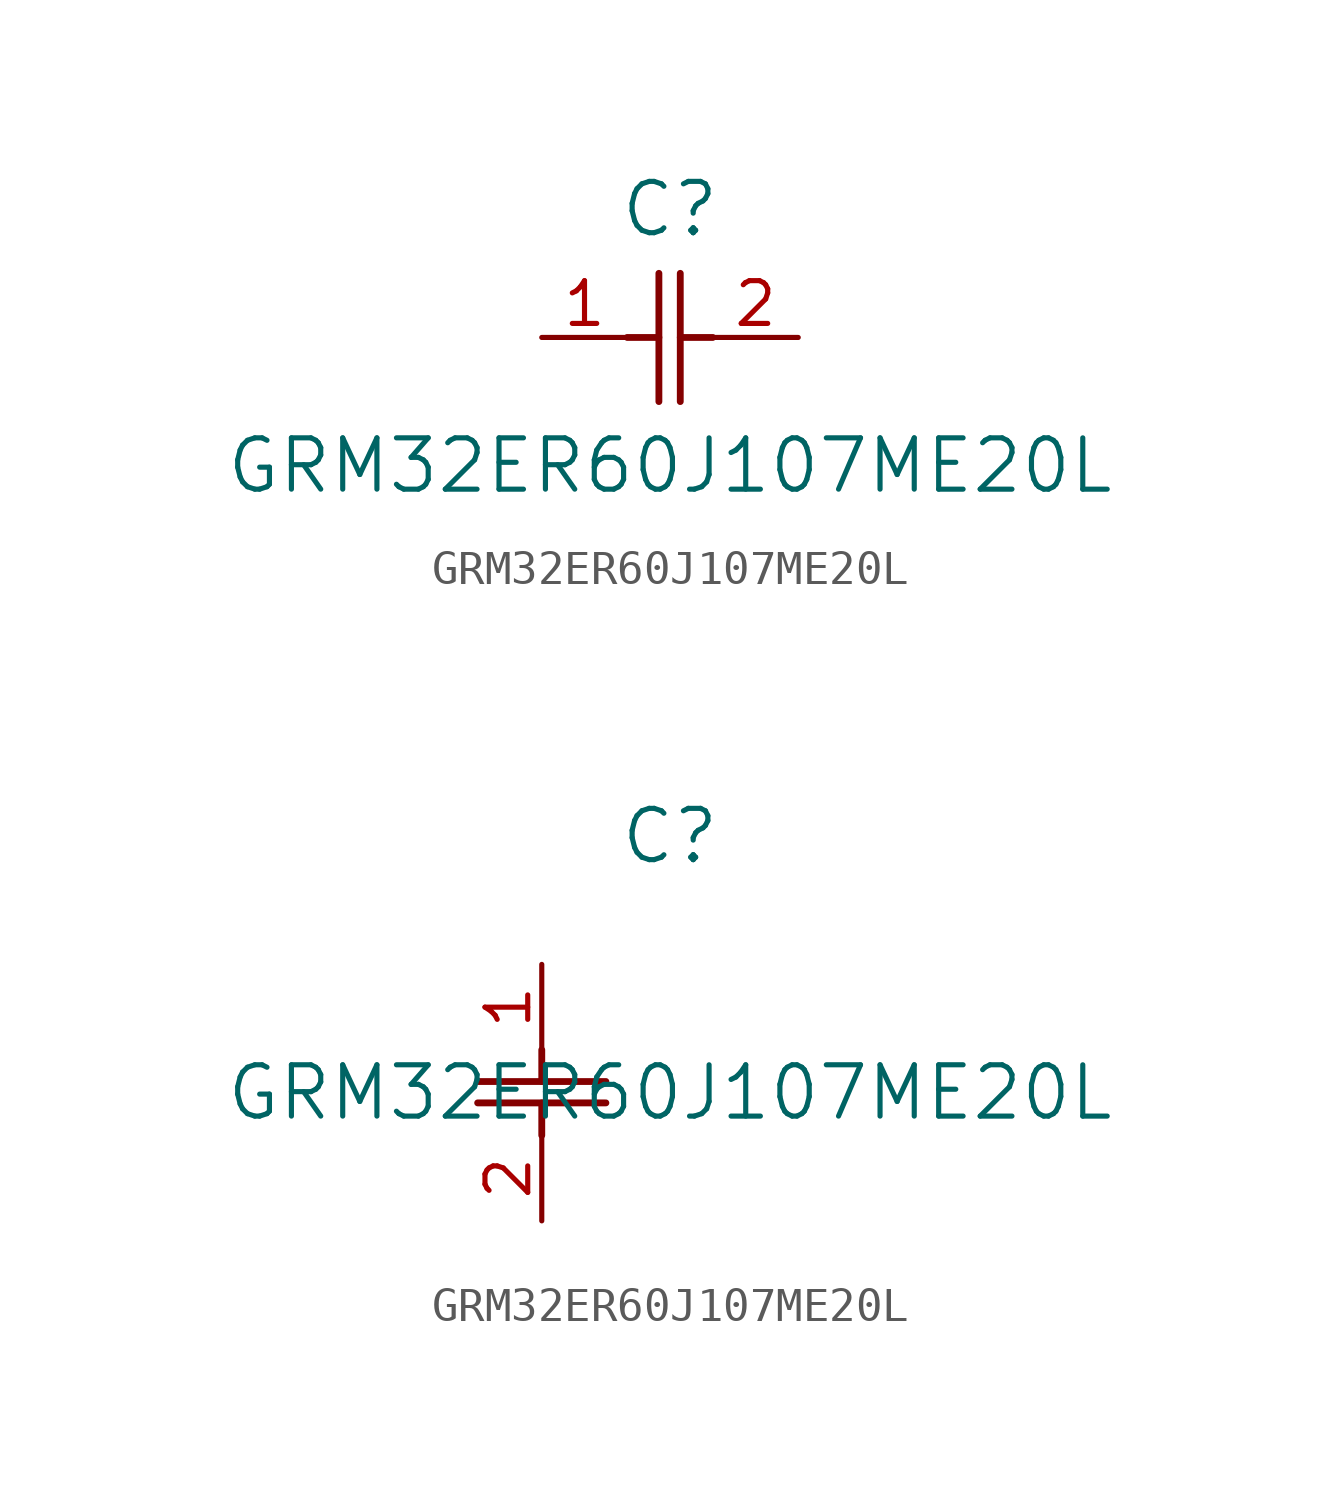
<source format=kicad_sym>
(kicad_symbol_lib
  (version 20211014)
  (generator kicad_symbol_editor)
  (symbol "GRM32ER60J107ME20L"
    (pin_names
      (offset 0.254))
    (property "Reference" "C"
      (at 3.81 3.81 0)
      (effects (font (size 1.524 1.524))))
    (property "Value" "GRM32ER60J107ME20L"
      (at 3.81 -3.81 0)
      (effects (font (size 1.524 1.524))))
    (symbol "GRM32ER60J107ME20L_1_1"
      (polyline (pts (xy 3.48 -1.905) (xy 3.48 1.905)) (stroke (width 0.203) (type default) (color 0 0 0 0)) (fill (type none)))
      (polyline (pts (xy 4.115 -1.905) (xy 4.115 1.905)) (stroke (width 0.203) (type default) (color 0 0 0 0)) (fill (type none)))
      (polyline (pts (xy 4.115 0) (xy 5.08 0)) (stroke (width 0.203) (type default) (color 0 0 0 0)) (fill (type none)))
      (polyline (pts (xy 2.54 0) (xy 3.48 0)) (stroke (width 0.203) (type default) (color 0 0 0 0)) (fill (type none)))
      (pin unspecified line (at 0 0 0) (length 2.54) (name "" (effects (font (size 1.27 1.27)))) (number "1" (effects (font (size 1.27 1.27)))))
      (pin unspecified line (at 7.62 0 180) (length 2.54) (name "" (effects (font (size 1.27 1.27)))) (number "2" (effects (font (size 1.27 1.27))))))
    (symbol "GRM32ER60J107ME20L_1_2"
      (polyline (pts (xy -1.905 -3.48) (xy 1.905 -3.48)) (stroke (width 0.203) (type default) (color 0 0 0 0)) (fill (type none)))
      (polyline (pts (xy -1.905 -4.115) (xy 1.905 -4.115)) (stroke (width 0.203) (type default) (color 0 0 0 0)) (fill (type none)))
      (polyline (pts (xy 0 -4.115) (xy 0 -5.08)) (stroke (width 0.203) (type default) (color 0 0 0 0)) (fill (type none)))
      (polyline (pts (xy 0 -2.54) (xy 0 -3.48)) (stroke (width 0.203) (type default) (color 0 0 0 0)) (fill (type none)))
      (pin unspecified line (at 0 0 270) (length 2.54) (name "" (effects (font (size 1.27 1.27)))) (number "1" (effects (font (size 1.27 1.27)))))
      (pin unspecified line (at 0 -7.62 90) (length 2.54) (name "" (effects (font (size 1.27 1.27)))) (number "2" (effects (font (size 1.27 1.27))))))))
</source>
